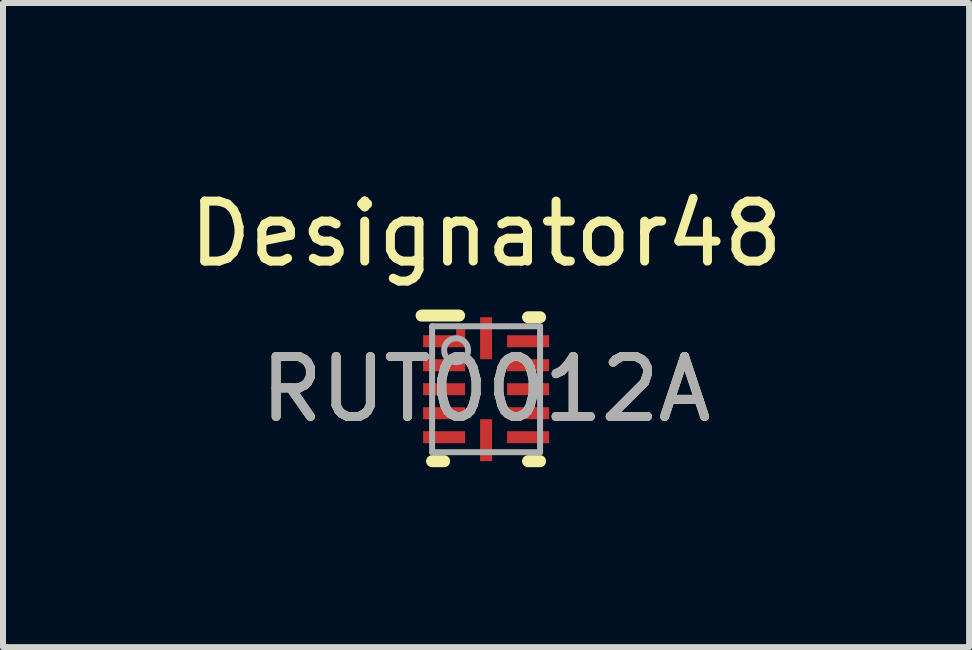
<source format=kicad_pcb>
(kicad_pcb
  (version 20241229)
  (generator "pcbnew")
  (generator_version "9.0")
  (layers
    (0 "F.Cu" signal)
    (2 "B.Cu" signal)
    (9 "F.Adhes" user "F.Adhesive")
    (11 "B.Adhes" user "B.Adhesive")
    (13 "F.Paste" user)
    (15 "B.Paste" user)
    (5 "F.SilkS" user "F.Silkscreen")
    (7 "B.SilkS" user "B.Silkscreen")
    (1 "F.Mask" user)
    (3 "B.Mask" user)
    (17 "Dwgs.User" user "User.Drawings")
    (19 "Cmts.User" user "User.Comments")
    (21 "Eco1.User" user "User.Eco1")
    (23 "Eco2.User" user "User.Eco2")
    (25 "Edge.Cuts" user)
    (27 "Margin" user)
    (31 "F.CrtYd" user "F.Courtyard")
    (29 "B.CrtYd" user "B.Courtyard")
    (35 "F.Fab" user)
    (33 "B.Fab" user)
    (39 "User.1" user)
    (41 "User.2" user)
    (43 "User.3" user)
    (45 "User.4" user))
  (footprint "RUT0012A"
    (layer "F.Cu")
    (at 5.054 3.439)
    (property "Reference" "RUT0012A" (at 0 0 0) (unlocked yes) (layer "F.SilkS") (effects (font (size 1 1) (thickness 0.15))))
    (attr smd)
    (fp_poly (pts (xy -0.5 -0.85) (xy -0.35 -0.85) (xy -0.35 -1) (xy -0.5 -1)) (stroke (width 0) (type solid)) (fill yes) (layer "F.Cu"))
    (fp_poly (pts (xy -0.551 -0.799) (xy -0.299 -0.799) (xy -0.299 -1.051) (xy -0.551 -1.051)) (stroke (width 0) (type solid)) (fill yes) (layer "F.Mask"))
    (fp_line (start -1.075 -1.228) (end -0.45 -1.228) (stroke (width 0.2) (type solid)) (layer "F.SilkS"))
    (fp_line (start -0.9 1.2) (end -0.7 1.2) (stroke (width 0.2) (type solid)) (layer "F.SilkS"))
    (fp_line (start 0.7 -1.2) (end 0.9 -1.2) (stroke (width 0.2) (type solid)) (layer "F.SilkS"))
    (fp_line (start 0.7 1.2) (end 0.9 1.2) (stroke (width 0.2) (type solid)) (layer "F.SilkS"))
    (fp_poly (pts (xy -0.5 -0.85) (xy -0.35 -0.85) (xy -0.35 -1) (xy -0.5 -1)) (stroke (width 0) (type solid)) (fill yes) (layer "F.Paste"))
    (fp_line (start -0.9 -1.05) (end 0.9 -1.05) (stroke (width 0.1) (type solid)) (layer "F.Fab"))
    (fp_line (start -0.9 1.05) (end -0.9 -1.05) (stroke (width 0.1) (type solid)) (layer "F.Fab"))
    (fp_line (start -0.9 1.05) (end 0.9 1.05) (stroke (width 0.1) (type solid)) (layer "F.Fab"))
    (fp_line (start 0.9 1.05) (end 0.9 -1.05) (stroke (width 0.1) (type solid)) (layer "F.Fab"))
    (fp_circle (center -0.5 -0.65) (end -0.3 -0.65) (stroke (width 0.1) (type solid)) (fill no) (layer "F.Fab"))
    (fp_text user "Designator48" (at 0 -2.591 0) (unlocked yes) (layer "F.SilkS") (effects (font (size 1 1) (thickness 0.15))))
    (fp_text user "${REFERENCE}" (at 0 0 0) (unlocked yes) (layer "F.Fab") (effects (font (size 1 1) (thickness 0.15))))
    (pad "1" smd rect (at -0.7 -0.8 90) (size 0.2 0.7) (layers "F.Cu" "F.Mask" "F.Paste"))
    (pad "2" smd rect (at -0.7 -0.4 90) (size 0.2 0.7) (layers "F.Cu" "F.Mask" "F.Paste"))
    (pad "3" smd rect (at -0.7 0 90) (size 0.2 0.7) (layers "F.Cu" "F.Mask" "F.Paste"))
    (pad "4" smd rect (at -0.7 0.4 90) (size 0.2 0.7) (layers "F.Cu" "F.Mask" "F.Paste"))
    (pad "5" smd rect (at -0.7 0.8 90) (size 0.2 0.7) (layers "F.Cu" "F.Mask" "F.Paste"))
    (pad "6" smd rect (at 0.000003 0.85) (size 0.2 0.7) (layers "F.Cu" "F.Mask" "F.Paste"))
    (pad "7" smd rect (at 0.7 0.8 90) (size 0.2 0.7) (layers "F.Cu" "F.Mask" "F.Paste"))
    (pad "8" smd rect (at 0.7 0.4 90) (size 0.2 0.7) (layers "F.Cu" "F.Mask" "F.Paste"))
    (pad "9" smd rect (at 0.7 0 90) (size 0.2 0.7) (layers "F.Cu" "F.Mask" "F.Paste"))
    (pad "10" smd rect (at 0.7 -0.4 90) (size 0.2 0.7) (layers "F.Cu" "F.Mask" "F.Paste"))
    (pad "11" smd rect (at 0.7 -0.8 90) (size 0.2 0.7) (layers "F.Cu" "F.Mask" "F.Paste"))
    (pad "12" smd rect (at 0.000003 -0.85) (size 0.2 0.7) (layers "F.Cu" "F.Mask" "F.Paste")))
  (gr_rect
    (start -3 -3)
    (end 13.107 7.739)
    (stroke (width 0.1) (type default))
    (fill no)
    (layer "Edge.Cuts")))
</source>
